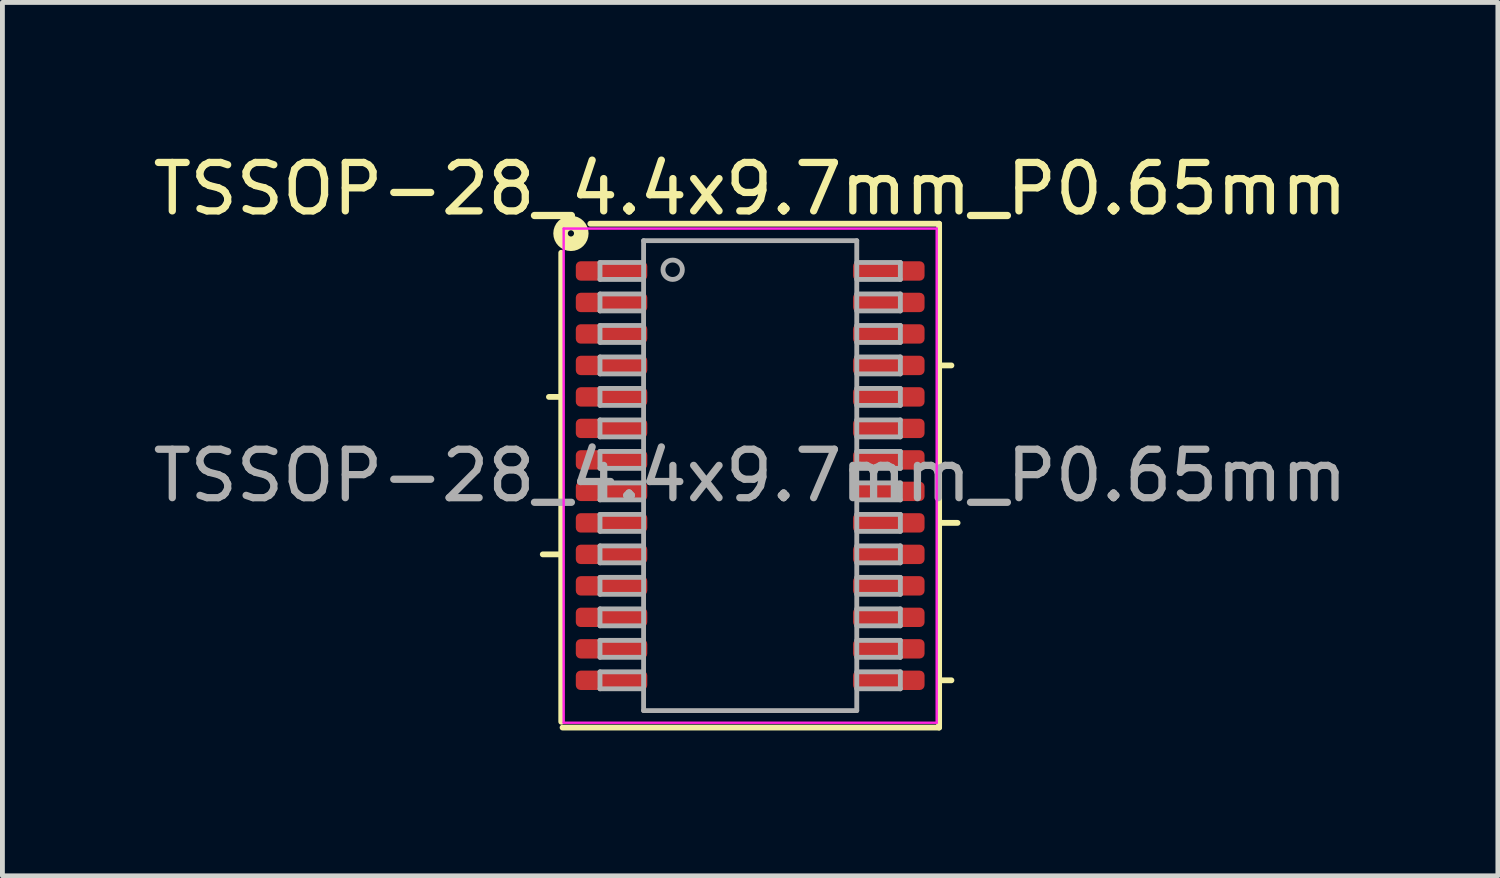
<source format=kicad_pcb>
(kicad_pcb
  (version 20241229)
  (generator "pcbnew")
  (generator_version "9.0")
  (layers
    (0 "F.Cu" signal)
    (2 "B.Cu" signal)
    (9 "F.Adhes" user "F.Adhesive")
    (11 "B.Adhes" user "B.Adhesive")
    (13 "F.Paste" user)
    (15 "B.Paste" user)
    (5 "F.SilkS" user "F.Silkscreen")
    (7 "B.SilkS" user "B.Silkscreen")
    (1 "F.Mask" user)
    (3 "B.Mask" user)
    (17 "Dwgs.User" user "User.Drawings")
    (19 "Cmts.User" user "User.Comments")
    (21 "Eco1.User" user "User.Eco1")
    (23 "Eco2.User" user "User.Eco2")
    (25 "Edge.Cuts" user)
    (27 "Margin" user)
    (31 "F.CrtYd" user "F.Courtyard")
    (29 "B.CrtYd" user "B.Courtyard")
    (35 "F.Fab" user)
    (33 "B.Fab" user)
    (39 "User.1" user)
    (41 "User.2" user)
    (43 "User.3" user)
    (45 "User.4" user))
  (footprint "TSSOP-28_4.4x9.7mm_P0.65mm"
    (layer "F.Cu")
    (at 12.435 6.768)
    (property "Reference" "TSSOP-28_4.4x9.7mm_P0.65mm" (at 0 -5.92 0) (layer "F.SilkS") (effects (font (size 1 1) (thickness 0.15))))
    (attr smd)
    (fp_line (start -3.9 -4.6) (end -3.9 5.08) (stroke (width 0.12) (type solid)) (layer "F.SilkS"))
    (fp_line (start -3.9 -1.625) (end -4.154 -1.625) (stroke (width 0.12) (type solid)) (layer "F.SilkS"))
    (fp_line (start -3.9 1.625) (end -4.281 1.625) (stroke (width 0.12) (type solid)) (layer "F.SilkS"))
    (fp_line (start -3.873 5.2) (end 3.9 5.2) (stroke (width 0.12) (type solid)) (layer "F.SilkS"))
    (fp_line (start 3.9 -5.2) (end -3.3 -5.2) (stroke (width 0.12) (type solid)) (layer "F.SilkS"))
    (fp_line (start 3.9 -2.275) (end 4.154 -2.275) (stroke (width 0.12) (type solid)) (layer "F.SilkS"))
    (fp_line (start 3.9 0.975) (end 4.281 0.975) (stroke (width 0.12) (type solid)) (layer "F.SilkS"))
    (fp_line (start 3.9 4.225) (end 4.154 4.225) (stroke (width 0.12) (type solid)) (layer "F.SilkS"))
    (fp_line (start 3.9 5.2) (end 3.9 -5.2) (stroke (width 0.12) (type solid)) (layer "F.SilkS"))
    (fp_circle (center -3.7 -5) (end -3.636 -5) (stroke (width 0.3) (type solid)) (fill no) (layer "F.SilkS"))
    (fp_line (start -3.85 -5.1) (end -3.85 5.1) (stroke (width 0.05) (type solid)) (layer "F.CrtYd"))
    (fp_line (start -3.85 5.1) (end 3.85 5.1) (stroke (width 0.05) (type solid)) (layer "F.CrtYd"))
    (fp_line (start 3.85 -5.1) (end -3.85 -5.1) (stroke (width 0.05) (type solid)) (layer "F.CrtYd"))
    (fp_line (start 3.85 5.1) (end 3.85 -5.1) (stroke (width 0.05) (type solid)) (layer "F.CrtYd"))
    (fp_line (start -3.1 -4.4) (end -3.1 -4.05) (stroke (width 0.1) (type solid)) (layer "F.Fab"))
    (fp_line (start -3.1 -4.4) (end -2.2 -4.4) (stroke (width 0.1) (type solid)) (layer "F.Fab"))
    (fp_line (start -3.1 -4.05) (end -2.2 -4.05) (stroke (width 0.1) (type solid)) (layer "F.Fab"))
    (fp_line (start -3.1 -3.75) (end -3.1 -3.4) (stroke (width 0.1) (type solid)) (layer "F.Fab"))
    (fp_line (start -3.1 -3.75) (end -2.2 -3.75) (stroke (width 0.1) (type solid)) (layer "F.Fab"))
    (fp_line (start -3.1 -3.4) (end -2.2 -3.4) (stroke (width 0.1) (type solid)) (layer "F.Fab"))
    (fp_line (start -3.1 -3.1) (end -3.1 -2.75) (stroke (width 0.1) (type solid)) (layer "F.Fab"))
    (fp_line (start -3.1 -3.1) (end -2.2 -3.1) (stroke (width 0.1) (type solid)) (layer "F.Fab"))
    (fp_line (start -3.1 -2.75) (end -2.2 -2.75) (stroke (width 0.1) (type solid)) (layer "F.Fab"))
    (fp_line (start -3.1 -2.45) (end -3.1 -2.1) (stroke (width 0.1) (type solid)) (layer "F.Fab"))
    (fp_line (start -3.1 -2.45) (end -2.2 -2.45) (stroke (width 0.1) (type solid)) (layer "F.Fab"))
    (fp_line (start -3.1 -2.1) (end -2.2 -2.1) (stroke (width 0.1) (type solid)) (layer "F.Fab"))
    (fp_line (start -3.1 -1.8) (end -3.1 -1.45) (stroke (width 0.1) (type solid)) (layer "F.Fab"))
    (fp_line (start -3.1 -1.8) (end -2.2 -1.8) (stroke (width 0.1) (type solid)) (layer "F.Fab"))
    (fp_line (start -3.1 -1.45) (end -2.2 -1.45) (stroke (width 0.1) (type solid)) (layer "F.Fab"))
    (fp_line (start -3.1 -1.15) (end -3.1 -0.8) (stroke (width 0.1) (type solid)) (layer "F.Fab"))
    (fp_line (start -3.1 -1.15) (end -2.2 -1.15) (stroke (width 0.1) (type solid)) (layer "F.Fab"))
    (fp_line (start -3.1 -0.8) (end -2.2 -0.8) (stroke (width 0.1) (type solid)) (layer "F.Fab"))
    (fp_line (start -3.1 -0.5) (end -3.1 -0.15) (stroke (width 0.1) (type solid)) (layer "F.Fab"))
    (fp_line (start -3.1 -0.5) (end -2.2 -0.5) (stroke (width 0.1) (type solid)) (layer "F.Fab"))
    (fp_line (start -3.1 -0.15) (end -2.2 -0.15) (stroke (width 0.1) (type solid)) (layer "F.Fab"))
    (fp_line (start -3.1 0.15) (end -3.1 0.5) (stroke (width 0.1) (type solid)) (layer "F.Fab"))
    (fp_line (start -3.1 0.15) (end -2.2 0.15) (stroke (width 0.1) (type solid)) (layer "F.Fab"))
    (fp_line (start -3.1 0.5) (end -2.2 0.5) (stroke (width 0.1) (type solid)) (layer "F.Fab"))
    (fp_line (start -3.1 0.8) (end -3.1 1.15) (stroke (width 0.1) (type solid)) (layer "F.Fab"))
    (fp_line (start -3.1 0.8) (end -2.2 0.8) (stroke (width 0.1) (type solid)) (layer "F.Fab"))
    (fp_line (start -3.1 1.15) (end -2.2 1.15) (stroke (width 0.1) (type solid)) (layer "F.Fab"))
    (fp_line (start -3.1 1.45) (end -3.1 1.8) (stroke (width 0.1) (type solid)) (layer "F.Fab"))
    (fp_line (start -3.1 1.45) (end -2.2 1.45) (stroke (width 0.1) (type solid)) (layer "F.Fab"))
    (fp_line (start -3.1 1.8) (end -2.2 1.8) (stroke (width 0.1) (type solid)) (layer "F.Fab"))
    (fp_line (start -3.1 2.1) (end -3.1 2.45) (stroke (width 0.1) (type solid)) (layer "F.Fab"))
    (fp_line (start -3.1 2.1) (end -2.2 2.1) (stroke (width 0.1) (type solid)) (layer "F.Fab"))
    (fp_line (start -3.1 2.45) (end -2.2 2.45) (stroke (width 0.1) (type solid)) (layer "F.Fab"))
    (fp_line (start -3.1 2.75) (end -3.1 3.1) (stroke (width 0.1) (type solid)) (layer "F.Fab"))
    (fp_line (start -3.1 2.75) (end -2.2 2.75) (stroke (width 0.1) (type solid)) (layer "F.Fab"))
    (fp_line (start -3.1 3.1) (end -2.2 3.1) (stroke (width 0.1) (type solid)) (layer "F.Fab"))
    (fp_line (start -3.1 3.4) (end -3.1 3.75) (stroke (width 0.1) (type solid)) (layer "F.Fab"))
    (fp_line (start -3.1 3.4) (end -2.2 3.4) (stroke (width 0.1) (type solid)) (layer "F.Fab"))
    (fp_line (start -3.1 3.75) (end -2.2 3.75) (stroke (width 0.1) (type solid)) (layer "F.Fab"))
    (fp_line (start -3.1 4.05) (end -3.1 4.4) (stroke (width 0.1) (type solid)) (layer "F.Fab"))
    (fp_line (start -3.1 4.05) (end -2.2 4.05) (stroke (width 0.1) (type solid)) (layer "F.Fab"))
    (fp_line (start -3.1 4.4) (end -2.2 4.4) (stroke (width 0.1) (type solid)) (layer "F.Fab"))
    (fp_line (start -2.2 -4.85) (end 2.2 -4.85) (stroke (width 0.1) (type solid)) (layer "F.Fab"))
    (fp_line (start -2.2 4.85) (end -2.2 -4.85) (stroke (width 0.1) (type solid)) (layer "F.Fab"))
    (fp_line (start 2.2 -4.85) (end 2.2 4.85) (stroke (width 0.1) (type solid)) (layer "F.Fab"))
    (fp_line (start 2.2 4.85) (end -2.2 4.85) (stroke (width 0.1) (type solid)) (layer "F.Fab"))
    (fp_line (start 3.1 -4.4) (end 2.2 -4.4) (stroke (width 0.1) (type solid)) (layer "F.Fab"))
    (fp_line (start 3.1 -4.05) (end 2.2 -4.05) (stroke (width 0.1) (type solid)) (layer "F.Fab"))
    (fp_line (start 3.1 -4.05) (end 3.1 -4.4) (stroke (width 0.1) (type solid)) (layer "F.Fab"))
    (fp_line (start 3.1 -3.75) (end 2.2 -3.75) (stroke (width 0.1) (type solid)) (layer "F.Fab"))
    (fp_line (start 3.1 -3.4) (end 2.2 -3.4) (stroke (width 0.1) (type solid)) (layer "F.Fab"))
    (fp_line (start 3.1 -3.4) (end 3.1 -3.75) (stroke (width 0.1) (type solid)) (layer "F.Fab"))
    (fp_line (start 3.1 -3.1) (end 2.2 -3.1) (stroke (width 0.1) (type solid)) (layer "F.Fab"))
    (fp_line (start 3.1 -2.75) (end 2.2 -2.75) (stroke (width 0.1) (type solid)) (layer "F.Fab"))
    (fp_line (start 3.1 -2.75) (end 3.1 -3.1) (stroke (width 0.1) (type solid)) (layer "F.Fab"))
    (fp_line (start 3.1 -2.45) (end 2.2 -2.45) (stroke (width 0.1) (type solid)) (layer "F.Fab"))
    (fp_line (start 3.1 -2.1) (end 2.2 -2.1) (stroke (width 0.1) (type solid)) (layer "F.Fab"))
    (fp_line (start 3.1 -2.1) (end 3.1 -2.45) (stroke (width 0.1) (type solid)) (layer "F.Fab"))
    (fp_line (start 3.1 -1.8) (end 2.2 -1.8) (stroke (width 0.1) (type solid)) (layer "F.Fab"))
    (fp_line (start 3.1 -1.45) (end 2.2 -1.45) (stroke (width 0.1) (type solid)) (layer "F.Fab"))
    (fp_line (start 3.1 -1.45) (end 3.1 -1.8) (stroke (width 0.1) (type solid)) (layer "F.Fab"))
    (fp_line (start 3.1 -1.15) (end 2.2 -1.15) (stroke (width 0.1) (type solid)) (layer "F.Fab"))
    (fp_line (start 3.1 -0.8) (end 2.2 -0.8) (stroke (width 0.1) (type solid)) (layer "F.Fab"))
    (fp_line (start 3.1 -0.8) (end 3.1 -1.15) (stroke (width 0.1) (type solid)) (layer "F.Fab"))
    (fp_line (start 3.1 -0.5) (end 2.2 -0.5) (stroke (width 0.1) (type solid)) (layer "F.Fab"))
    (fp_line (start 3.1 -0.15) (end 2.2 -0.15) (stroke (width 0.1) (type solid)) (layer "F.Fab"))
    (fp_line (start 3.1 -0.15) (end 3.1 -0.5) (stroke (width 0.1) (type solid)) (layer "F.Fab"))
    (fp_line (start 3.1 0.15) (end 2.2 0.15) (stroke (width 0.1) (type solid)) (layer "F.Fab"))
    (fp_line (start 3.1 0.5) (end 2.2 0.5) (stroke (width 0.1) (type solid)) (layer "F.Fab"))
    (fp_line (start 3.1 0.5) (end 3.1 0.15) (stroke (width 0.1) (type solid)) (layer "F.Fab"))
    (fp_line (start 3.1 0.8) (end 2.2 0.8) (stroke (width 0.1) (type solid)) (layer "F.Fab"))
    (fp_line (start 3.1 1.15) (end 2.2 1.15) (stroke (width 0.1) (type solid)) (layer "F.Fab"))
    (fp_line (start 3.1 1.15) (end 3.1 0.8) (stroke (width 0.1) (type solid)) (layer "F.Fab"))
    (fp_line (start 3.1 1.45) (end 2.2 1.45) (stroke (width 0.1) (type solid)) (layer "F.Fab"))
    (fp_line (start 3.1 1.8) (end 2.2 1.8) (stroke (width 0.1) (type solid)) (layer "F.Fab"))
    (fp_line (start 3.1 1.8) (end 3.1 1.45) (stroke (width 0.1) (type solid)) (layer "F.Fab"))
    (fp_line (start 3.1 2.1) (end 2.2 2.1) (stroke (width 0.1) (type solid)) (layer "F.Fab"))
    (fp_line (start 3.1 2.45) (end 2.2 2.45) (stroke (width 0.1) (type solid)) (layer "F.Fab"))
    (fp_line (start 3.1 2.45) (end 3.1 2.1) (stroke (width 0.1) (type solid)) (layer "F.Fab"))
    (fp_line (start 3.1 2.75) (end 2.2 2.75) (stroke (width 0.1) (type solid)) (layer "F.Fab"))
    (fp_line (start 3.1 3.1) (end 2.2 3.1) (stroke (width 0.1) (type solid)) (layer "F.Fab"))
    (fp_line (start 3.1 3.1) (end 3.1 2.75) (stroke (width 0.1) (type solid)) (layer "F.Fab"))
    (fp_line (start 3.1 3.4) (end 2.2 3.4) (stroke (width 0.1) (type solid)) (layer "F.Fab"))
    (fp_line (start 3.1 3.75) (end 2.2 3.75) (stroke (width 0.1) (type solid)) (layer "F.Fab"))
    (fp_line (start 3.1 3.75) (end 3.1 3.4) (stroke (width 0.1) (type solid)) (layer "F.Fab"))
    (fp_line (start 3.1 4.05) (end 2.2 4.05) (stroke (width 0.1) (type solid)) (layer "F.Fab"))
    (fp_line (start 3.1 4.4) (end 2.2 4.4) (stroke (width 0.1) (type solid)) (layer "F.Fab"))
    (fp_line (start 3.1 4.4) (end 3.1 4.05) (stroke (width 0.1) (type solid)) (layer "F.Fab"))
    (fp_circle (center -1.6 -4.25) (end -1.4 -4.25) (stroke (width 0.1) (type solid)) (fill no) (layer "F.Fab"))
    (fp_text user "${REFERENCE}" (at 0 0 0) (layer "F.Fab") (effects (font (size 1 1) (thickness 0.15))))
    (pad "1" smd roundrect (at -2.862 -4.225) (size 1.475 0.4) (layers "F.Cu" "F.Mask" "F.Paste") (roundrect_rratio 0.25))
    (pad "2" smd roundrect (at -2.862 -3.575) (size 1.475 0.4) (layers "F.Cu" "F.Mask" "F.Paste") (roundrect_rratio 0.25))
    (pad "3" smd roundrect (at -2.862 -2.925) (size 1.475 0.4) (layers "F.Cu" "F.Mask" "F.Paste") (roundrect_rratio 0.25))
    (pad "4" smd roundrect (at -2.862 -2.275) (size 1.475 0.4) (layers "F.Cu" "F.Mask" "F.Paste") (roundrect_rratio 0.25))
    (pad "5" smd roundrect (at -2.862 -1.625) (size 1.475 0.4) (layers "F.Cu" "F.Mask" "F.Paste") (roundrect_rratio 0.25))
    (pad "6" smd roundrect (at -2.862 -0.975) (size 1.475 0.4) (layers "F.Cu" "F.Mask" "F.Paste") (roundrect_rratio 0.25))
    (pad "7" smd roundrect (at -2.862 -0.325) (size 1.475 0.4) (layers "F.Cu" "F.Mask" "F.Paste") (roundrect_rratio 0.25))
    (pad "8" smd roundrect (at -2.862 0.325) (size 1.475 0.4) (layers "F.Cu" "F.Mask" "F.Paste") (roundrect_rratio 0.25))
    (pad "9" smd roundrect (at -2.862 0.975) (size 1.475 0.4) (layers "F.Cu" "F.Mask" "F.Paste") (roundrect_rratio 0.25))
    (pad "10" smd roundrect (at -2.862 1.625) (size 1.475 0.4) (layers "F.Cu" "F.Mask" "F.Paste") (roundrect_rratio 0.25))
    (pad "11" smd roundrect (at -2.862 2.275) (size 1.475 0.4) (layers "F.Cu" "F.Mask" "F.Paste") (roundrect_rratio 0.25))
    (pad "12" smd roundrect (at -2.862 2.925) (size 1.475 0.4) (layers "F.Cu" "F.Mask" "F.Paste") (roundrect_rratio 0.25))
    (pad "13" smd roundrect (at -2.862 3.575) (size 1.475 0.4) (layers "F.Cu" "F.Mask" "F.Paste") (roundrect_rratio 0.25))
    (pad "14" smd roundrect (at -2.862 4.225) (size 1.475 0.4) (layers "F.Cu" "F.Mask" "F.Paste") (roundrect_rratio 0.25))
    (pad "15" smd roundrect (at 2.862 4.225) (size 1.475 0.4) (layers "F.Cu" "F.Mask" "F.Paste") (roundrect_rratio 0.25))
    (pad "16" smd roundrect (at 2.862 3.575) (size 1.475 0.4) (layers "F.Cu" "F.Mask" "F.Paste") (roundrect_rratio 0.25))
    (pad "17" smd roundrect (at 2.862 2.925) (size 1.475 0.4) (layers "F.Cu" "F.Mask" "F.Paste") (roundrect_rratio 0.25))
    (pad "18" smd roundrect (at 2.862 2.275) (size 1.475 0.4) (layers "F.Cu" "F.Mask" "F.Paste") (roundrect_rratio 0.25))
    (pad "19" smd roundrect (at 2.862 1.625) (size 1.475 0.4) (layers "F.Cu" "F.Mask" "F.Paste") (roundrect_rratio 0.25))
    (pad "20" smd roundrect (at 2.862 0.975) (size 1.475 0.4) (layers "F.Cu" "F.Mask" "F.Paste") (roundrect_rratio 0.25))
    (pad "21" smd roundrect (at 2.862 0.325) (size 1.475 0.4) (layers "F.Cu" "F.Mask" "F.Paste") (roundrect_rratio 0.25))
    (pad "22" smd roundrect (at 2.862 -0.325) (size 1.475 0.4) (layers "F.Cu" "F.Mask" "F.Paste") (roundrect_rratio 0.25))
    (pad "23" smd roundrect (at 2.862 -0.975) (size 1.475 0.4) (layers "F.Cu" "F.Mask" "F.Paste") (roundrect_rratio 0.25))
    (pad "24" smd roundrect (at 2.862 -1.625) (size 1.475 0.4) (layers "F.Cu" "F.Mask" "F.Paste") (roundrect_rratio 0.25))
    (pad "25" smd roundrect (at 2.862 -2.275) (size 1.475 0.4) (layers "F.Cu" "F.Mask" "F.Paste") (roundrect_rratio 0.25))
    (pad "26" smd roundrect (at 2.862 -2.925) (size 1.475 0.4) (layers "F.Cu" "F.Mask" "F.Paste") (roundrect_rratio 0.25))
    (pad "27" smd roundrect (at 2.862 -3.575) (size 1.475 0.4) (layers "F.Cu" "F.Mask" "F.Paste") (roundrect_rratio 0.25))
    (pad "28" smd roundrect (at 2.862 -4.225) (size 1.475 0.4) (layers "F.Cu" "F.Mask" "F.Paste") (roundrect_rratio 0.25)))
  (gr_rect
    (start -3 -3)
    (end 27.869 15.028)
    (stroke (width 0.1) (type default))
    (fill no)
    (layer "Edge.Cuts")))
</source>
